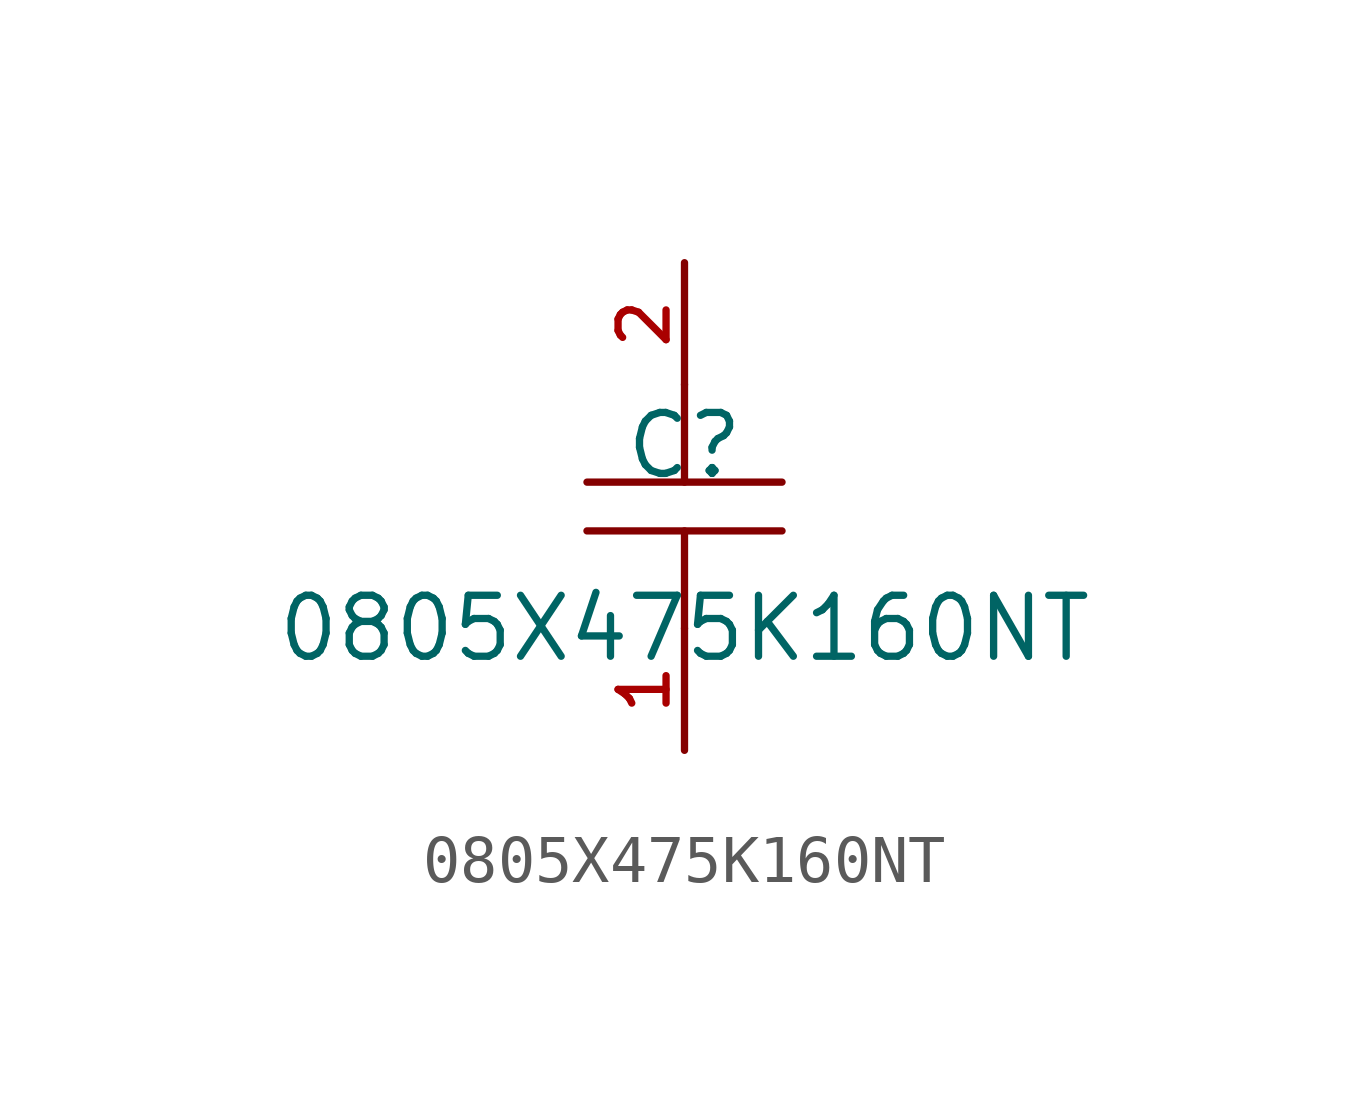
<source format=kicad_sym>
(kicad_symbol_lib
  (version 20210201)
  (generator TousstNicolas/JLC2KiCad_lib)
  (symbol "0805X475K160NT"
    (pin_names hide)
    (property "Reference" "C"
      (at 0 1.27 0)
      (effects (font (size 1.27 1.27))))
    (property "Value" "0805X475K160NT"
      (at 0 -2.54 0)
      (effects (font (size 1.27 1.27))))
    (symbol "0805X475K160NT_0_1"
      (polyline (pts (xy 2.032 -0.508) (xy -2.032 -0.508)) (stroke (width 0) (type default) (color 0 0 0 0)) (fill (type none)))
      (pin unspecified line (at 0.0 -5.08 90) (length 2.54) (name "1" (effects (font (size 1 1)))) (number "1" (effects (font (size 1 1)))))
      (polyline (pts (xy 0.0 2.54) (xy 0.0 0.508)) (stroke (width 0) (type default) (color 0 0 0 0)) (fill (type none)))
      (polyline (pts (xy -2.032 0.508) (xy 2.032 0.508)) (stroke (width 0) (type default) (color 0 0 0 0)) (fill (type none)))
      (pin unspecified line (at 0.0 5.08 270) (length 2.54) (name "2" (effects (font (size 1 1)))) (number "2" (effects (font (size 1 1)))))
      (polyline (pts (xy 0.0 -0.508) (xy 0.0 -2.54)) (stroke (width 0) (type default) (color 0 0 0 0)) (fill (type none))))))
</source>
